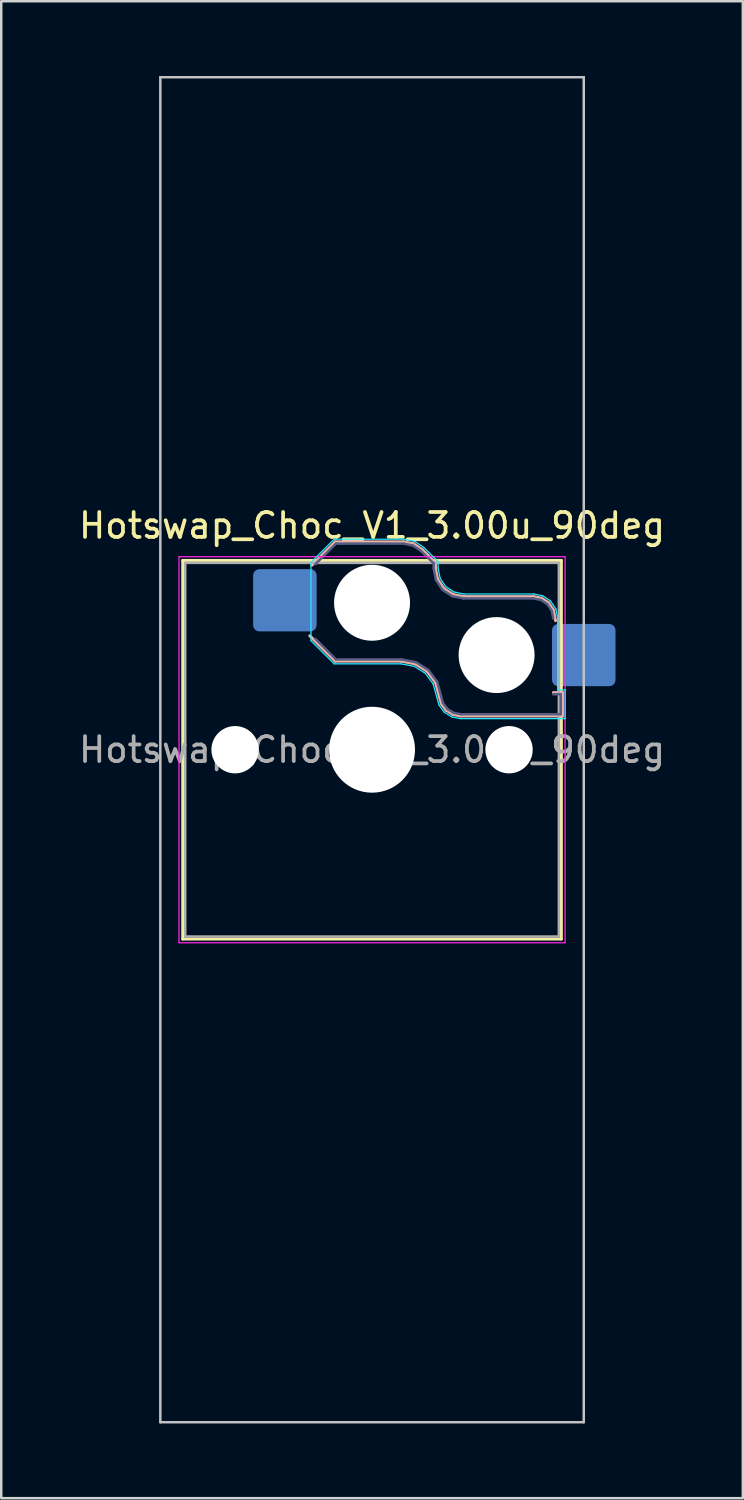
<source format=kicad_pcb>
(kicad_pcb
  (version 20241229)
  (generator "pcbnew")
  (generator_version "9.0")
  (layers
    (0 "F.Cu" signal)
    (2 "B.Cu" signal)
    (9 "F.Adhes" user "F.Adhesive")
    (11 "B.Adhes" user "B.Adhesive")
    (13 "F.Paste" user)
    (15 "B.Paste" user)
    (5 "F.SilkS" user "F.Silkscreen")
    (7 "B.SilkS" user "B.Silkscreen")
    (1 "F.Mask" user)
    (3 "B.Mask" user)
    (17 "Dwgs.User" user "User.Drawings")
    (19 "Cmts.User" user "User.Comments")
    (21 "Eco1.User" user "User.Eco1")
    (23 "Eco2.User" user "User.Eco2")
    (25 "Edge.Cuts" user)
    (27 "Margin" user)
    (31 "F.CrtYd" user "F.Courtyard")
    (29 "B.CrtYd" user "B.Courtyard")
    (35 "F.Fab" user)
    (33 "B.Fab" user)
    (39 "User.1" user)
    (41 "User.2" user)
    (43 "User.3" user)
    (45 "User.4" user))
  (footprint "Hotswap_Choc_V1_3.00u_90deg"
    (layer "F.Cu")
    (at 11.887 27.05)
    (property "Reference" "Hotswap_Choc_V1_3.00u_90deg" (at 0 -9 0) (layer "F.SilkS") (effects (font (size 1 1) (thickness 0.15))))
    (attr smd)
    (fp_line (start -7.6 -7.6) (end -7.6 7.6) (stroke (width 0.12) (type solid)) (layer "F.SilkS"))
    (fp_line (start -7.6 7.6) (end 7.6 7.6) (stroke (width 0.12) (type solid)) (layer "F.SilkS"))
    (fp_line (start 7.6 -7.6) (end -7.6 -7.6) (stroke (width 0.12) (type solid)) (layer "F.SilkS"))
    (fp_line (start 7.6 7.6) (end 7.6 -7.6) (stroke (width 0.12) (type solid)) (layer "F.SilkS"))
    (fp_line (start -2.416 -7.409) (end -1.479 -8.346) (stroke (width 0.12) (type solid)) (layer "B.SilkS"))
    (fp_line (start -1.479 -8.346) (end 1.268 -8.346) (stroke (width 0.12) (type solid)) (layer "B.SilkS"))
    (fp_line (start -1.479 -3.554) (end -2.5 -4.575) (stroke (width 0.12) (type solid)) (layer "B.SilkS"))
    (fp_line (start 1.168 -3.554) (end -1.479 -3.554) (stroke (width 0.12) (type solid)) (layer "B.SilkS"))
    (fp_line (start 1.268 -8.346) (end 1.671 -8.266) (stroke (width 0.12) (type solid)) (layer "B.SilkS"))
    (fp_line (start 1.671 -8.266) (end 2.013 -8.037) (stroke (width 0.12) (type solid)) (layer "B.SilkS"))
    (fp_line (start 1.73 -3.449) (end 1.168 -3.554) (stroke (width 0.12) (type solid)) (layer "B.SilkS"))
    (fp_line (start 2.013 -8.037) (end 2.546 -7.504) (stroke (width 0.12) (type solid)) (layer "B.SilkS"))
    (fp_line (start 2.209 -3.15) (end 1.73 -3.449) (stroke (width 0.12) (type solid)) (layer "B.SilkS"))
    (fp_line (start 2.546 -7.504) (end 2.546 -7.282) (stroke (width 0.12) (type solid)) (layer "B.SilkS"))
    (fp_line (start 2.546 -7.282) (end 2.633 -6.844) (stroke (width 0.12) (type solid)) (layer "B.SilkS"))
    (fp_line (start 2.547 -2.697) (end 2.209 -3.15) (stroke (width 0.12) (type solid)) (layer "B.SilkS"))
    (fp_line (start 2.633 -6.844) (end 2.877 -6.477) (stroke (width 0.12) (type solid)) (layer "B.SilkS"))
    (fp_line (start 2.701 -2.139) (end 2.547 -2.697) (stroke (width 0.12) (type solid)) (layer "B.SilkS"))
    (fp_line (start 2.783 -1.841) (end 2.701 -2.139) (stroke (width 0.12) (type solid)) (layer "B.SilkS"))
    (fp_line (start 2.877 -6.477) (end 3.244 -6.233) (stroke (width 0.12) (type solid)) (layer "B.SilkS"))
    (fp_line (start 2.976 -1.583) (end 2.783 -1.841) (stroke (width 0.12) (type solid)) (layer "B.SilkS"))
    (fp_line (start 3.244 -6.233) (end 3.682 -6.146) (stroke (width 0.12) (type solid)) (layer "B.SilkS"))
    (fp_line (start 3.25 -1.413) (end 2.976 -1.583) (stroke (width 0.12) (type solid)) (layer "B.SilkS"))
    (fp_line (start 3.56 -1.354) (end 3.25 -1.413) (stroke (width 0.12) (type solid)) (layer "B.SilkS"))
    (fp_line (start 3.682 -6.146) (end 6.482 -6.146) (stroke (width 0.12) (type solid)) (layer "B.SilkS"))
    (fp_line (start 6.482 -6.146) (end 6.809 -6.081) (stroke (width 0.12) (type solid)) (layer "B.SilkS"))
    (fp_line (start 6.809 -6.081) (end 7.092 -5.892) (stroke (width 0.12) (type solid)) (layer "B.SilkS"))
    (fp_line (start 7.092 -5.892) (end 7.281 -5.609) (stroke (width 0.12) (type solid)) (layer "B.SilkS"))
    (fp_line (start 7.281 -5.609) (end 7.366 -5.182) (stroke (width 0.12) (type solid)) (layer "B.SilkS"))
    (fp_line (start 7.283 -2.296) (end 7.646 -2.296) (stroke (width 0.12) (type solid)) (layer "B.SilkS"))
    (fp_line (start 7.646 -2.296) (end 7.646 -1.354) (stroke (width 0.12) (type solid)) (layer "B.SilkS"))
    (fp_line (start 7.646 -1.354) (end 3.56 -1.354) (stroke (width 0.12) (type solid)) (layer "B.SilkS"))
    (fp_line (start -8.5 -27) (end 8.5 -27) (stroke (width 0.1) (type solid)) (layer "Dwgs.User"))
    (fp_line (start -8.5 27) (end -8.5 -27) (stroke (width 0.1) (type solid)) (layer "Dwgs.User"))
    (fp_line (start 8.5 -27) (end 8.5 27) (stroke (width 0.1) (type solid)) (layer "Dwgs.User"))
    (fp_line (start 8.5 27) (end -8.5 27) (stroke (width 0.1) (type solid)) (layer "Dwgs.User"))
    (fp_line (start -7.25 -7.25) (end -7.25 7.25) (stroke (width 0.1) (type solid)) (layer "Eco1.User"))
    (fp_line (start -7.25 7.25) (end 7.25 7.25) (stroke (width 0.1) (type solid)) (layer "Eco1.User"))
    (fp_line (start 7.25 -7.25) (end -7.25 -7.25) (stroke (width 0.1) (type solid)) (layer "Eco1.User"))
    (fp_line (start 7.25 7.25) (end 7.25 -7.25) (stroke (width 0.1) (type solid)) (layer "Eco1.User"))
    (fp_line (start -2.452 -7.523) (end -1.523 -8.452) (stroke (width 0.05) (type solid)) (layer "B.CrtYd"))
    (fp_line (start -2.452 -4.377) (end -2.452 -7.523) (stroke (width 0.05) (type solid)) (layer "B.CrtYd"))
    (fp_line (start -1.523 -8.452) (end 1.278 -8.452) (stroke (width 0.05) (type solid)) (layer "B.CrtYd"))
    (fp_line (start -1.523 -3.448) (end -2.452 -4.377) (stroke (width 0.05) (type solid)) (layer "B.CrtYd"))
    (fp_line (start 1.159 -3.448) (end -1.523 -3.448) (stroke (width 0.05) (type solid)) (layer "B.CrtYd"))
    (fp_line (start 1.278 -8.452) (end 1.712 -8.366) (stroke (width 0.05) (type solid)) (layer "B.CrtYd"))
    (fp_line (start 1.691 -3.348) (end 1.159 -3.448) (stroke (width 0.05) (type solid)) (layer "B.CrtYd"))
    (fp_line (start 1.712 -8.366) (end 2.081 -8.119) (stroke (width 0.05) (type solid)) (layer "B.CrtYd"))
    (fp_line (start 2.081 -8.119) (end 2.652 -7.548) (stroke (width 0.05) (type solid)) (layer "B.CrtYd"))
    (fp_line (start 2.136 -3.071) (end 1.691 -3.348) (stroke (width 0.05) (type solid)) (layer "B.CrtYd"))
    (fp_line (start 2.45 -2.65) (end 2.136 -3.071) (stroke (width 0.05) (type solid)) (layer "B.CrtYd"))
    (fp_line (start 2.599 -2.111) (end 2.45 -2.65) (stroke (width 0.05) (type solid)) (layer "B.CrtYd"))
    (fp_line (start 2.652 -7.548) (end 2.652 -7.292) (stroke (width 0.05) (type solid)) (layer "B.CrtYd"))
    (fp_line (start 2.652 -7.292) (end 2.733 -6.885) (stroke (width 0.05) (type solid)) (layer "B.CrtYd"))
    (fp_line (start 2.687 -1.794) (end 2.599 -2.111) (stroke (width 0.05) (type solid)) (layer "B.CrtYd"))
    (fp_line (start 2.733 -6.885) (end 2.953 -6.553) (stroke (width 0.05) (type solid)) (layer "B.CrtYd"))
    (fp_line (start 2.903 -1.503) (end 2.687 -1.794) (stroke (width 0.05) (type solid)) (layer "B.CrtYd"))
    (fp_line (start 2.953 -6.553) (end 3.285 -6.333) (stroke (width 0.05) (type solid)) (layer "B.CrtYd"))
    (fp_line (start 3.211 -1.312) (end 2.903 -1.503) (stroke (width 0.05) (type solid)) (layer "B.CrtYd"))
    (fp_line (start 3.285 -6.333) (end 3.692 -6.252) (stroke (width 0.05) (type solid)) (layer "B.CrtYd"))
    (fp_line (start 3.55 -1.248) (end 3.211 -1.312) (stroke (width 0.05) (type solid)) (layer "B.CrtYd"))
    (fp_line (start 3.692 -6.252) (end 6.492 -6.252) (stroke (width 0.05) (type solid)) (layer "B.CrtYd"))
    (fp_line (start 6.492 -6.252) (end 6.85 -6.181) (stroke (width 0.05) (type solid)) (layer "B.CrtYd"))
    (fp_line (start 6.85 -6.181) (end 7.168 -5.968) (stroke (width 0.05) (type solid)) (layer "B.CrtYd"))
    (fp_line (start 7.168 -5.968) (end 7.381 -5.65) (stroke (width 0.05) (type solid)) (layer "B.CrtYd"))
    (fp_line (start 7.381 -5.65) (end 7.452 -5.292) (stroke (width 0.05) (type solid)) (layer "B.CrtYd"))
    (fp_line (start 7.452 -5.292) (end 7.452 -2.402) (stroke (width 0.05) (type solid)) (layer "B.CrtYd"))
    (fp_line (start 7.452 -2.402) (end 7.752 -2.402) (stroke (width 0.05) (type solid)) (layer "B.CrtYd"))
    (fp_line (start 7.752 -2.402) (end 7.752 -1.248) (stroke (width 0.05) (type solid)) (layer "B.CrtYd"))
    (fp_line (start 7.752 -1.248) (end 3.55 -1.248) (stroke (width 0.05) (type solid)) (layer "B.CrtYd"))
    (fp_line (start -7.75 -7.75) (end -7.75 7.75) (stroke (width 0.05) (type solid)) (layer "F.CrtYd"))
    (fp_line (start -7.75 7.75) (end 7.75 7.75) (stroke (width 0.05) (type solid)) (layer "F.CrtYd"))
    (fp_line (start 7.75 -7.75) (end -7.75 -7.75) (stroke (width 0.05) (type solid)) (layer "F.CrtYd"))
    (fp_line (start 7.75 7.75) (end 7.75 -7.75) (stroke (width 0.05) (type solid)) (layer "F.CrtYd"))
    (fp_line (start -2.275 -7.45) (end -1.45 -8.275) (stroke (width 0.1) (type solid)) (layer "B.Fab"))
    (fp_line (start -1.45 -8.275) (end 1.261 -8.275) (stroke (width 0.1) (type solid)) (layer "B.Fab"))
    (fp_line (start -1.45 -3.625) (end -2.275 -4.45) (stroke (width 0.1) (type solid)) (layer "B.Fab"))
    (fp_line (start 1.175 -3.625) (end -1.45 -3.625) (stroke (width 0.1) (type solid)) (layer "B.Fab"))
    (fp_line (start 1.261 -8.275) (end 1.643 -8.199) (stroke (width 0.1) (type solid)) (layer "B.Fab"))
    (fp_line (start 1.643 -8.199) (end 1.968 -7.982) (stroke (width 0.1) (type solid)) (layer "B.Fab"))
    (fp_line (start 1.756 -3.516) (end 1.175 -3.625) (stroke (width 0.1) (type solid)) (layer "B.Fab"))
    (fp_line (start 1.968 -7.982) (end 2.475 -7.475) (stroke (width 0.1) (type solid)) (layer "B.Fab"))
    (fp_line (start 2.258 -3.203) (end 1.756 -3.516) (stroke (width 0.1) (type solid)) (layer "B.Fab"))
    (fp_line (start 2.475 -7.475) (end 2.475 -7.275) (stroke (width 0.1) (type solid)) (layer "B.Fab"))
    (fp_line (start 2.475 -7.275) (end 2.566 -6.816) (stroke (width 0.1) (type solid)) (layer "B.Fab"))
    (fp_line (start 2.566 -6.816) (end 2.826 -6.426) (stroke (width 0.1) (type solid)) (layer "B.Fab"))
    (fp_line (start 2.612 -2.729) (end 2.258 -3.203) (stroke (width 0.1) (type solid)) (layer "B.Fab"))
    (fp_line (start 2.769 -2.158) (end 2.612 -2.729) (stroke (width 0.1) (type solid)) (layer "B.Fab"))
    (fp_line (start 2.826 -6.426) (end 3.216 -6.166) (stroke (width 0.1) (type solid)) (layer "B.Fab"))
    (fp_line (start 2.848 -1.873) (end 2.769 -2.158) (stroke (width 0.1) (type solid)) (layer "B.Fab"))
    (fp_line (start 3.025 -1.636) (end 2.848 -1.873) (stroke (width 0.1) (type solid)) (layer "B.Fab"))
    (fp_line (start 3.216 -6.166) (end 3.675 -6.075) (stroke (width 0.1) (type solid)) (layer "B.Fab"))
    (fp_line (start 3.276 -1.48) (end 3.025 -1.636) (stroke (width 0.1) (type solid)) (layer "B.Fab"))
    (fp_line (start 3.567 -1.425) (end 3.276 -1.48) (stroke (width 0.1) (type solid)) (layer "B.Fab"))
    (fp_line (start 3.675 -6.075) (end 6.475 -6.075) (stroke (width 0.1) (type solid)) (layer "B.Fab"))
    (fp_line (start 6.475 -6.075) (end 6.781 -6.014) (stroke (width 0.1) (type solid)) (layer "B.Fab"))
    (fp_line (start 6.781 -6.014) (end 7.041 -5.841) (stroke (width 0.1) (type solid)) (layer "B.Fab"))
    (fp_line (start 7.041 -5.841) (end 7.214 -5.581) (stroke (width 0.1) (type solid)) (layer "B.Fab"))
    (fp_line (start 7.214 -5.581) (end 7.275 -5.275) (stroke (width 0.1) (type solid)) (layer "B.Fab"))
    (fp_line (start 7.275 -2.225) (end 7.575 -2.225) (stroke (width 0.1) (type solid)) (layer "B.Fab"))
    (fp_line (start 7.575 -2.225) (end 7.575 -1.425) (stroke (width 0.1) (type solid)) (layer "B.Fab"))
    (fp_line (start 7.575 -1.425) (end 3.567 -1.425) (stroke (width 0.1) (type solid)) (layer "B.Fab"))
    (fp_line (start -7.5 -7.5) (end -7.5 7.5) (stroke (width 0.1) (type solid)) (layer "F.Fab"))
    (fp_line (start -7.5 7.5) (end 7.5 7.5) (stroke (width 0.1) (type solid)) (layer "F.Fab"))
    (fp_line (start 7.5 -7.5) (end -7.5 -7.5) (stroke (width 0.1) (type solid)) (layer "F.Fab"))
    (fp_line (start 7.5 7.5) (end 7.5 -7.5) (stroke (width 0.1) (type solid)) (layer "F.Fab"))
    (fp_text user "${REFERENCE}" (at 0 0 0) (layer "F.Fab") (effects (font (size 1 1) (thickness 0.15))))
    (pad "" np_thru_hole circle (at -5.5 0) (size 1.9 1.9) (drill 1.9) (layers "*.Cu" "*.Mask"))
    (pad "" np_thru_hole circle (at 0 -5.9) (size 3.05 3.05) (drill 3.05) (layers "*.Cu" "*.Mask"))
    (pad "" np_thru_hole circle (at 0 0) (size 3.45 3.45) (drill 3.45) (layers "*.Cu" "*.Mask"))
    (pad "" np_thru_hole circle (at 5 -3.8) (size 3.05 3.05) (drill 3.05) (layers "*.Cu" "*.Mask"))
    (pad "" np_thru_hole circle (at 5.5 0) (size 1.9 1.9) (drill 1.9) (layers "*.Cu" "*.Mask"))
    (pad "1" smd roundrect (at -3.5 -6) (size 2.55 2.5) (layers "B.Cu" "B.Mask" "B.Paste") (roundrect_rratio 0.1))
    (pad "2" smd roundrect (at 8.5 -3.8) (size 2.55 2.5) (layers "B.Cu" "B.Mask" "B.Paste") (roundrect_rratio 0.1)))
  (gr_rect
    (start -3 -3)
    (end 26.774 57.1)
    (stroke (width 0.1) (type default))
    (fill no)
    (layer "Edge.Cuts")))
</source>
